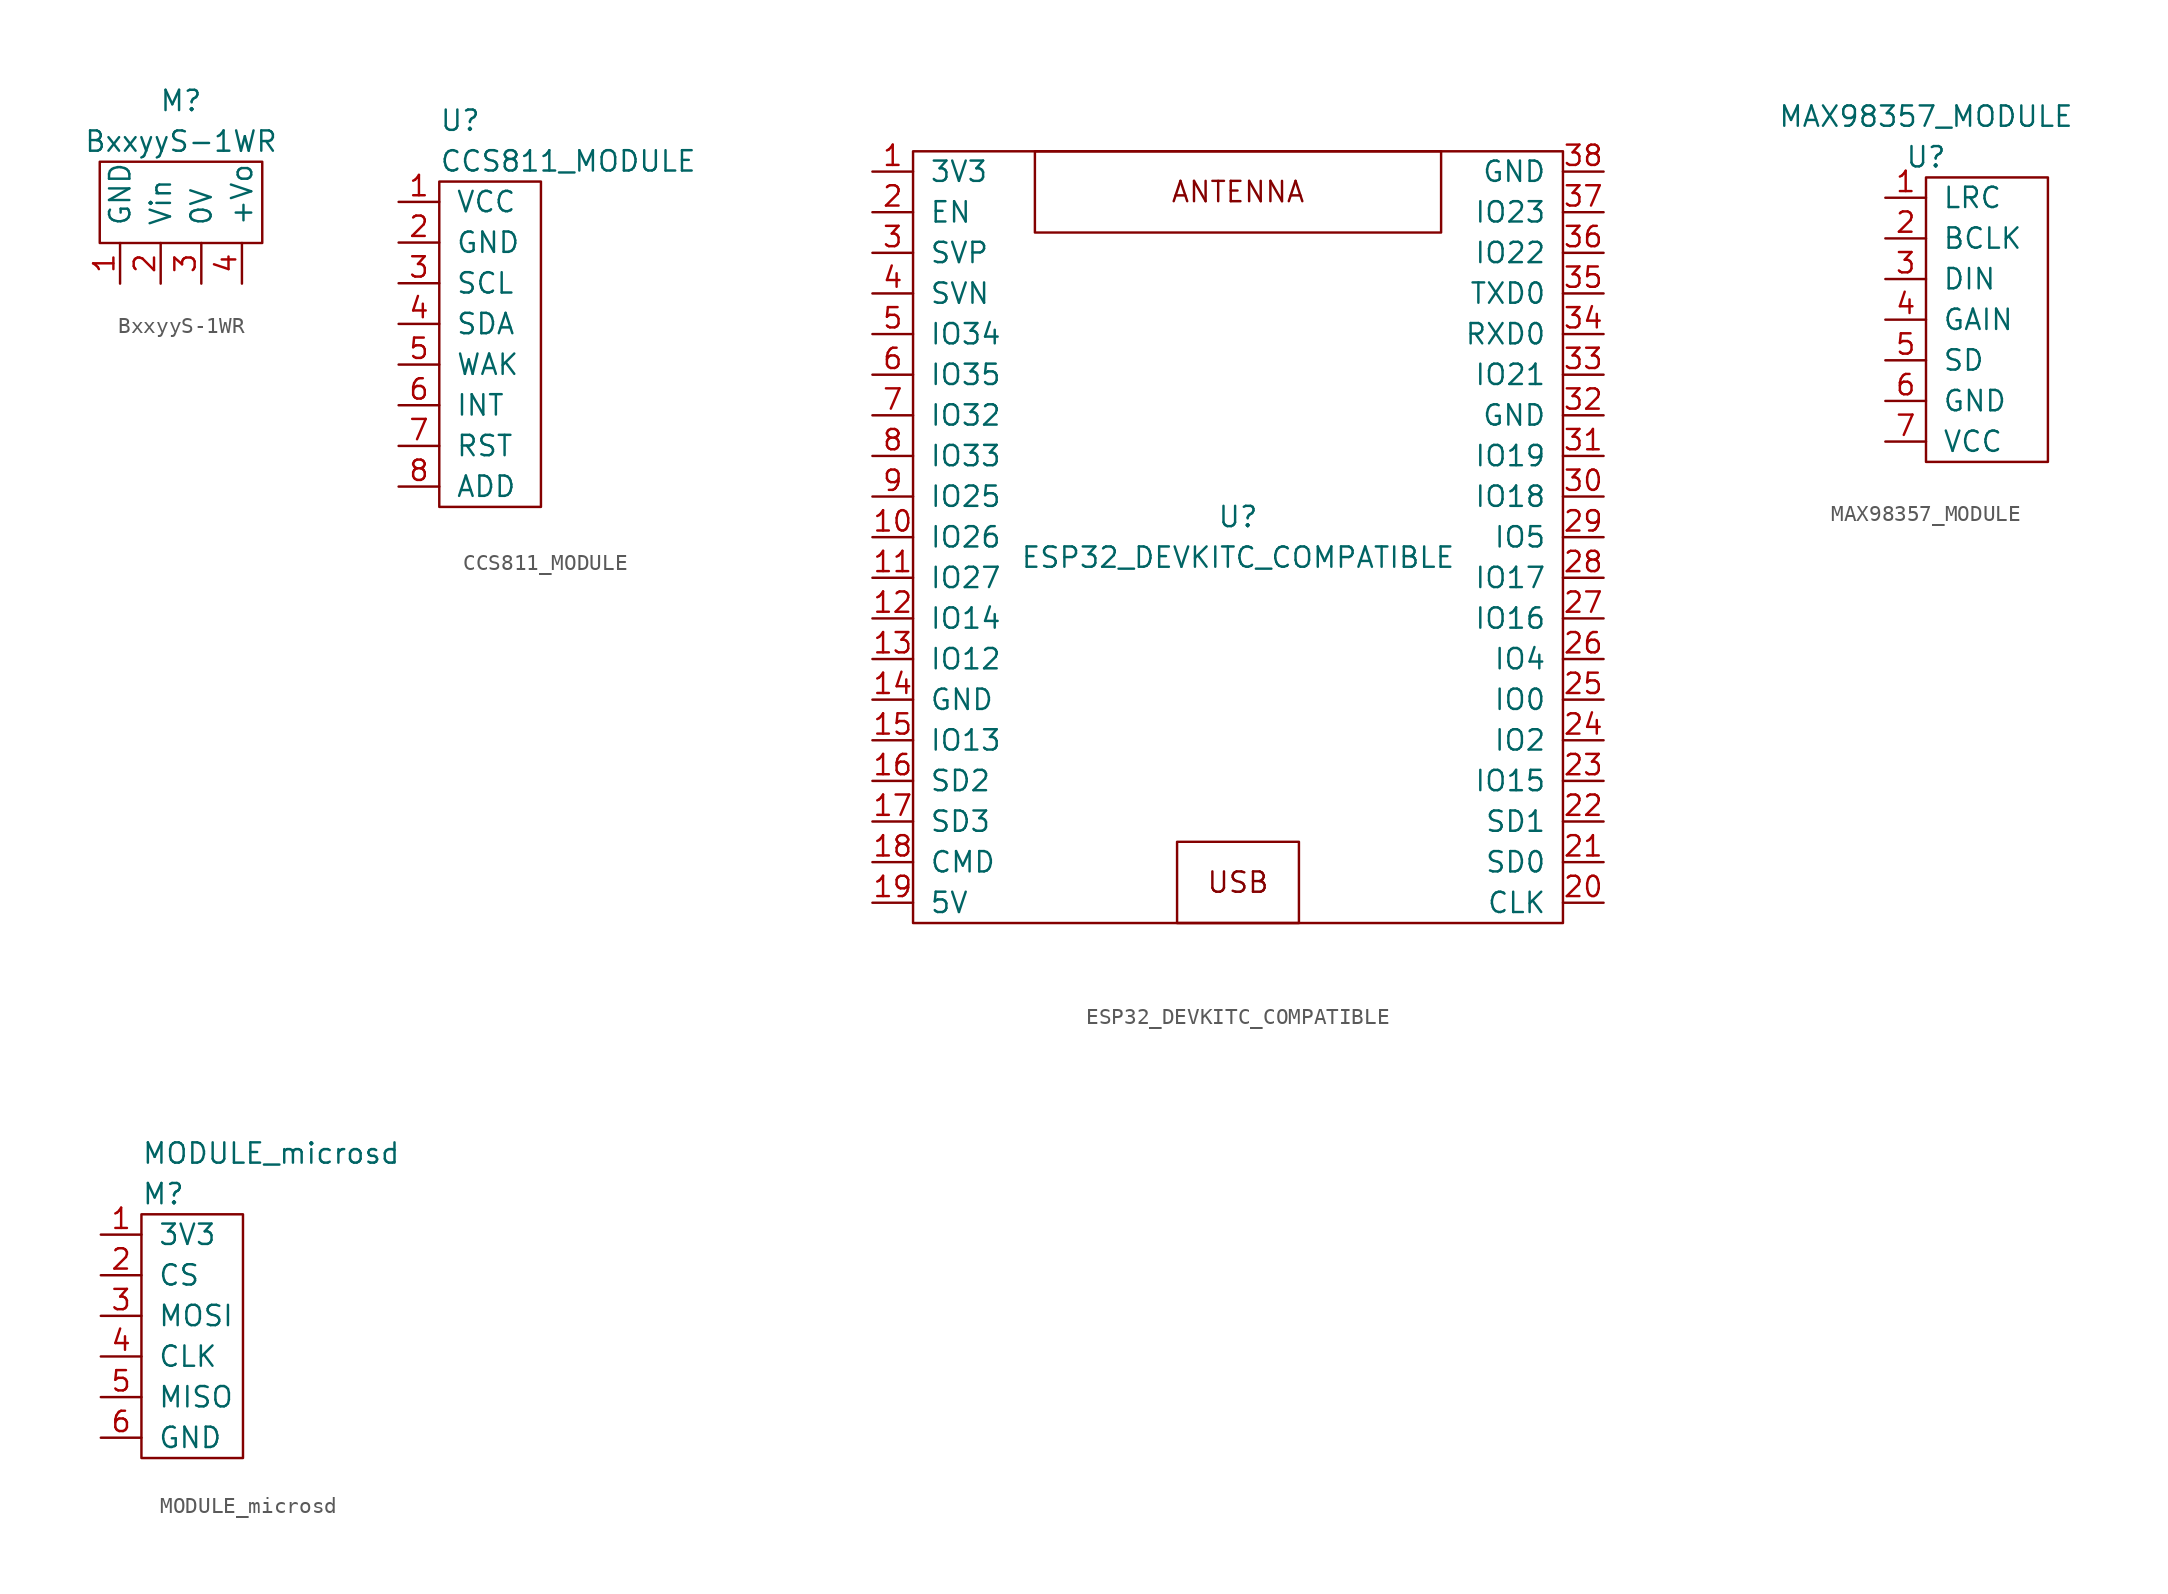
<source format=kicad_sym>
(kicad_symbol_lib
  (version 20211014)
  (generator kicad_symbol_editor)
  (symbol "BxxyyS-1WR"
    (pin_names
      (offset 1.016))
    (property "Reference" "M"
      (at 0 6.35 0)
      (effects (font (size 1.27 1.27))))
    (property "Value" "BxxyyS-1WR"
      (at 0 3.81 0)
      (effects (font (size 1.27 1.27))))
    (symbol "BxxyyS-1WR_0_1"
      (rectangle (start -5.08 2.54) (end 5.08 -2.54) (stroke (width 0) (type default) (color 0 0 0 0)) (fill (type none))))
    (symbol "BxxyyS-1WR_1_1"
      (pin power_in line (at -3.81 -5.08 90) (length 2.54) (name "GND" (effects (font (size 1.27 1.27)))) (number "1" (effects (font (size 1.27 1.27)))))
      (pin power_in line (at -1.27 -5.08 90) (length 2.54) (name "Vin" (effects (font (size 1.27 1.27)))) (number "2" (effects (font (size 1.27 1.27)))))
      (pin power_out line (at 1.27 -5.08 90) (length 2.54) (name "0V" (effects (font (size 1.27 1.27)))) (number "3" (effects (font (size 1.27 1.27)))))
      (pin power_out line (at 3.81 -5.08 90) (length 2.54) (name "+Vo" (effects (font (size 1.27 1.27)))) (number "4" (effects (font (size 1.27 1.27)))))))
  (symbol "CCS811_MODULE"
    (pin_names
      (offset 1.016))
    (property "Reference" "U"
      (at -2.54 13.97 0)
      (effects (font (size 1.27 1.27)) (justify left)))
    (property "Value" "CCS811_MODULE"
      (at -2.54 11.43 0)
      (effects (font (size 1.27 1.27)) (justify left)))
    (symbol "CCS811_MODULE_0_1"
      (rectangle (start -2.54 10.16) (end 3.81 -10.16) (stroke (width 0) (type default) (color 0 0 0 0)) (fill (type none))))
    (symbol "CCS811_MODULE_1_1"
      (pin power_in line (at -5.08 8.89 0) (length 2.54) (name "VCC" (effects (font (size 1.27 1.27)))) (number "1" (effects (font (size 1.27 1.27)))))
      (pin power_in line (at -5.08 6.35 0) (length 2.54) (name "GND" (effects (font (size 1.27 1.27)))) (number "2" (effects (font (size 1.27 1.27)))))
      (pin bidirectional line (at -5.08 3.81 0) (length 2.54) (name "SCL" (effects (font (size 1.27 1.27)))) (number "3" (effects (font (size 1.27 1.27)))))
      (pin bidirectional line (at -5.08 1.27 0) (length 2.54) (name "SDA" (effects (font (size 1.27 1.27)))) (number "4" (effects (font (size 1.27 1.27)))))
      (pin input line (at -5.08 -1.27 0) (length 2.54) (name "WAK" (effects (font (size 1.27 1.27)))) (number "5" (effects (font (size 1.27 1.27)))))
      (pin output line (at -5.08 -3.81 0) (length 2.54) (name "INT" (effects (font (size 1.27 1.27)))) (number "6" (effects (font (size 1.27 1.27)))))
      (pin input line (at -5.08 -6.35 0) (length 2.54) (name "RST" (effects (font (size 1.27 1.27)))) (number "7" (effects (font (size 1.27 1.27)))))
      (pin input line (at -5.08 -8.89 0) (length 2.54) (name "ADD" (effects (font (size 1.27 1.27)))) (number "8" (effects (font (size 1.27 1.27)))))))
  (symbol "ESP32_DEVKITC_COMPATIBLE"
    (pin_names
      (offset 1.016))
    (property "Reference" "U"
      (at 0 1.27 0)
      (effects (font (size 1.27 1.27))))
    (property "Value" "ESP32_DEVKITC_COMPATIBLE"
      (at 0 -1.27 0)
      (effects (font (size 1.27 1.27))))
    (symbol "ESP32_DEVKITC_COMPATIBLE_0_0"
      (text "ANTENNA" (at 0 21.59 0) (effects (font (size 1.27 1.27))))
      (text "USB" (at 0 -21.59 0) (effects (font (size 1.27 1.27)))))
    (symbol "ESP32_DEVKITC_COMPATIBLE_0_1"
      (rectangle (start -20.32 24.13) (end 20.32 -24.13) (stroke (width 0) (type default) (color 0 0 0 0)) (fill (type none)))
      (rectangle (start -12.7 24.13) (end 12.7 19.05) (stroke (width 0) (type default) (color 0 0 0 0)) (fill (type none)))
      (rectangle (start -3.81 -24.13) (end 3.81 -19.05) (stroke (width 0) (type default) (color 0 0 0 0)) (fill (type none))))
    (symbol "ESP32_DEVKITC_COMPATIBLE_1_1"
      (pin power_out line (at -22.86 22.86 0) (length 2.54) (name "3V3" (effects (font (size 1.27 1.27)))) (number "1" (effects (font (size 1.27 1.27)))))
      (pin bidirectional line (at -22.86 0 0) (length 2.54) (name "IO26" (effects (font (size 1.27 1.27)))) (number "10" (effects (font (size 1.27 1.27)))))
      (pin bidirectional line (at -22.86 -2.54 0) (length 2.54) (name "IO27" (effects (font (size 1.27 1.27)))) (number "11" (effects (font (size 1.27 1.27)))))
      (pin bidirectional line (at -22.86 -5.08 0) (length 2.54) (name "IO14" (effects (font (size 1.27 1.27)))) (number "12" (effects (font (size 1.27 1.27)))))
      (pin bidirectional line (at -22.86 -7.62 0) (length 2.54) (name "IO12" (effects (font (size 1.27 1.27)))) (number "13" (effects (font (size 1.27 1.27)))))
      (pin power_in line (at -22.86 -10.16 0) (length 2.54) (name "GND" (effects (font (size 1.27 1.27)))) (number "14" (effects (font (size 1.27 1.27)))))
      (pin bidirectional line (at -22.86 -12.7 0) (length 2.54) (name "IO13" (effects (font (size 1.27 1.27)))) (number "15" (effects (font (size 1.27 1.27)))))
      (pin unspecified line (at -22.86 -15.24 0) (length 2.54) (name "SD2" (effects (font (size 1.27 1.27)))) (number "16" (effects (font (size 1.27 1.27)))))
      (pin unspecified line (at -22.86 -17.78 0) (length 2.54) (name "SD3" (effects (font (size 1.27 1.27)))) (number "17" (effects (font (size 1.27 1.27)))))
      (pin unspecified line (at -22.86 -20.32 0) (length 2.54) (name "CMD" (effects (font (size 1.27 1.27)))) (number "18" (effects (font (size 1.27 1.27)))))
      (pin power_in line (at -22.86 -22.86 0) (length 2.54) (name "5V" (effects (font (size 1.27 1.27)))) (number "19" (effects (font (size 1.27 1.27)))))
      (pin input line (at -22.86 20.32 0) (length 2.54) (name "EN" (effects (font (size 1.27 1.27)))) (number "2" (effects (font (size 1.27 1.27)))))
      (pin unspecified line (at 22.86 -22.86 180) (length 2.54) (name "CLK" (effects (font (size 1.27 1.27)))) (number "20" (effects (font (size 1.27 1.27)))))
      (pin unspecified line (at 22.86 -20.32 180) (length 2.54) (name "SD0" (effects (font (size 1.27 1.27)))) (number "21" (effects (font (size 1.27 1.27)))))
      (pin unspecified line (at 22.86 -17.78 180) (length 2.54) (name "SD1" (effects (font (size 1.27 1.27)))) (number "22" (effects (font (size 1.27 1.27)))))
      (pin bidirectional line (at 22.86 -15.24 180) (length 2.54) (name "IO15" (effects (font (size 1.27 1.27)))) (number "23" (effects (font (size 1.27 1.27)))))
      (pin bidirectional line (at 22.86 -12.7 180) (length 2.54) (name "IO2" (effects (font (size 1.27 1.27)))) (number "24" (effects (font (size 1.27 1.27)))))
      (pin bidirectional line (at 22.86 -10.16 180) (length 2.54) (name "IO0" (effects (font (size 1.27 1.27)))) (number "25" (effects (font (size 1.27 1.27)))))
      (pin bidirectional line (at 22.86 -7.62 180) (length 2.54) (name "IO4" (effects (font (size 1.27 1.27)))) (number "26" (effects (font (size 1.27 1.27)))))
      (pin bidirectional line (at 22.86 -5.08 180) (length 2.54) (name "IO16" (effects (font (size 1.27 1.27)))) (number "27" (effects (font (size 1.27 1.27)))))
      (pin bidirectional line (at 22.86 -2.54 180) (length 2.54) (name "IO17" (effects (font (size 1.27 1.27)))) (number "28" (effects (font (size 1.27 1.27)))))
      (pin bidirectional line (at 22.86 0 180) (length 2.54) (name "IO5" (effects (font (size 1.27 1.27)))) (number "29" (effects (font (size 1.27 1.27)))))
      (pin input line (at -22.86 17.78 0) (length 2.54) (name "SVP" (effects (font (size 1.27 1.27)))) (number "3" (effects (font (size 1.27 1.27)))))
      (pin bidirectional line (at 22.86 2.54 180) (length 2.54) (name "IO18" (effects (font (size 1.27 1.27)))) (number "30" (effects (font (size 1.27 1.27)))))
      (pin bidirectional line (at 22.86 5.08 180) (length 2.54) (name "IO19" (effects (font (size 1.27 1.27)))) (number "31" (effects (font (size 1.27 1.27)))))
      (pin power_in line (at 22.86 7.62 180) (length 2.54) (name "GND" (effects (font (size 1.27 1.27)))) (number "32" (effects (font (size 1.27 1.27)))))
      (pin bidirectional line (at 22.86 10.16 180) (length 2.54) (name "IO21" (effects (font (size 1.27 1.27)))) (number "33" (effects (font (size 1.27 1.27)))))
      (pin input line (at 22.86 12.7 180) (length 2.54) (name "RXD0" (effects (font (size 1.27 1.27)))) (number "34" (effects (font (size 1.27 1.27)))))
      (pin output line (at 22.86 15.24 180) (length 2.54) (name "TXD0" (effects (font (size 1.27 1.27)))) (number "35" (effects (font (size 1.27 1.27)))))
      (pin bidirectional line (at 22.86 17.78 180) (length 2.54) (name "IO22" (effects (font (size 1.27 1.27)))) (number "36" (effects (font (size 1.27 1.27)))))
      (pin bidirectional line (at 22.86 20.32 180) (length 2.54) (name "IO23" (effects (font (size 1.27 1.27)))) (number "37" (effects (font (size 1.27 1.27)))))
      (pin power_in line (at 22.86 22.86 180) (length 2.54) (name "GND" (effects (font (size 1.27 1.27)))) (number "38" (effects (font (size 1.27 1.27)))))
      (pin input line (at -22.86 15.24 0) (length 2.54) (name "SVN" (effects (font (size 1.27 1.27)))) (number "4" (effects (font (size 1.27 1.27)))))
      (pin bidirectional line (at -22.86 12.7 0) (length 2.54) (name "IO34" (effects (font (size 1.27 1.27)))) (number "5" (effects (font (size 1.27 1.27)))))
      (pin bidirectional line (at -22.86 10.16 0) (length 2.54) (name "IO35" (effects (font (size 1.27 1.27)))) (number "6" (effects (font (size 1.27 1.27)))))
      (pin bidirectional line (at -22.86 7.62 0) (length 2.54) (name "IO32" (effects (font (size 1.27 1.27)))) (number "7" (effects (font (size 1.27 1.27)))))
      (pin bidirectional line (at -22.86 5.08 0) (length 2.54) (name "IO33" (effects (font (size 1.27 1.27)))) (number "8" (effects (font (size 1.27 1.27)))))
      (pin bidirectional line (at -22.86 2.54 0) (length 2.54) (name "IO25" (effects (font (size 1.27 1.27)))) (number "9" (effects (font (size 1.27 1.27)))))))
  (symbol "MAX98357_MODULE"
    (pin_names
      (offset 1.016))
    (property "Reference" "U"
      (at 0 10.16 0)
      (effects (font (size 1.27 1.27))))
    (property "Value" "MAX98357_MODULE"
      (at 0 12.7 0)
      (effects (font (size 1.27 1.27))))
    (symbol "MAX98357_MODULE_0_1"
      (rectangle (start 0 8.89) (end 7.62 -8.89) (stroke (width 0) (type default) (color 0 0 0 0)) (fill (type none))))
    (symbol "MAX98357_MODULE_1_1"
      (pin input line (at -2.54 7.62 0) (length 2.54) (name "LRC" (effects (font (size 1.27 1.27)))) (number "1" (effects (font (size 1.27 1.27)))))
      (pin input line (at -2.54 5.08 0) (length 2.54) (name "BCLK" (effects (font (size 1.27 1.27)))) (number "2" (effects (font (size 1.27 1.27)))))
      (pin input line (at -2.54 2.54 0) (length 2.54) (name "DIN" (effects (font (size 1.27 1.27)))) (number "3" (effects (font (size 1.27 1.27)))))
      (pin input line (at -2.54 0 0) (length 2.54) (name "GAIN" (effects (font (size 1.27 1.27)))) (number "4" (effects (font (size 1.27 1.27)))))
      (pin input line (at -2.54 -2.54 0) (length 2.54) (name "SD" (effects (font (size 1.27 1.27)))) (number "5" (effects (font (size 1.27 1.27)))))
      (pin power_in line (at -2.54 -5.08 0) (length 2.54) (name "GND" (effects (font (size 1.27 1.27)))) (number "6" (effects (font (size 1.27 1.27)))))
      (pin power_in line (at -2.54 -7.62 0) (length 2.54) (name "VCC" (effects (font (size 1.27 1.27)))) (number "7" (effects (font (size 1.27 1.27)))))))
  (symbol "MODULE_microsd"
    (pin_names
      (offset 1.016))
    (property "Reference" "M"
      (at 0 8.89 0)
      (effects (font (size 1.27 1.27)) (justify left)))
    (property "Value" "MODULE_microsd"
      (at 0 11.43 0)
      (effects (font (size 1.27 1.27)) (justify left)))
    (symbol "MODULE_microsd_0_1"
      (rectangle (start 0 7.62) (end 6.35 -7.62) (stroke (width 0) (type default) (color 0 0 0 0)) (fill (type none))))
    (symbol "MODULE_microsd_1_1"
      (pin power_in line (at -2.54 6.35 0) (length 2.54) (name "3V3" (effects (font (size 1.27 1.27)))) (number "1" (effects (font (size 1.27 1.27)))))
      (pin input line (at -2.54 3.81 0) (length 2.54) (name "CS" (effects (font (size 1.27 1.27)))) (number "2" (effects (font (size 1.27 1.27)))))
      (pin input line (at -2.54 1.27 0) (length 2.54) (name "MOSI" (effects (font (size 1.27 1.27)))) (number "3" (effects (font (size 1.27 1.27)))))
      (pin input line (at -2.54 -1.27 0) (length 2.54) (name "CLK" (effects (font (size 1.27 1.27)))) (number "4" (effects (font (size 1.27 1.27)))))
      (pin output line (at -2.54 -3.81 0) (length 2.54) (name "MISO" (effects (font (size 1.27 1.27)))) (number "5" (effects (font (size 1.27 1.27)))))
      (pin power_in line (at -2.54 -6.35 0) (length 2.54) (name "GND" (effects (font (size 1.27 1.27)))) (number "6" (effects (font (size 1.27 1.27))))))))
</source>
